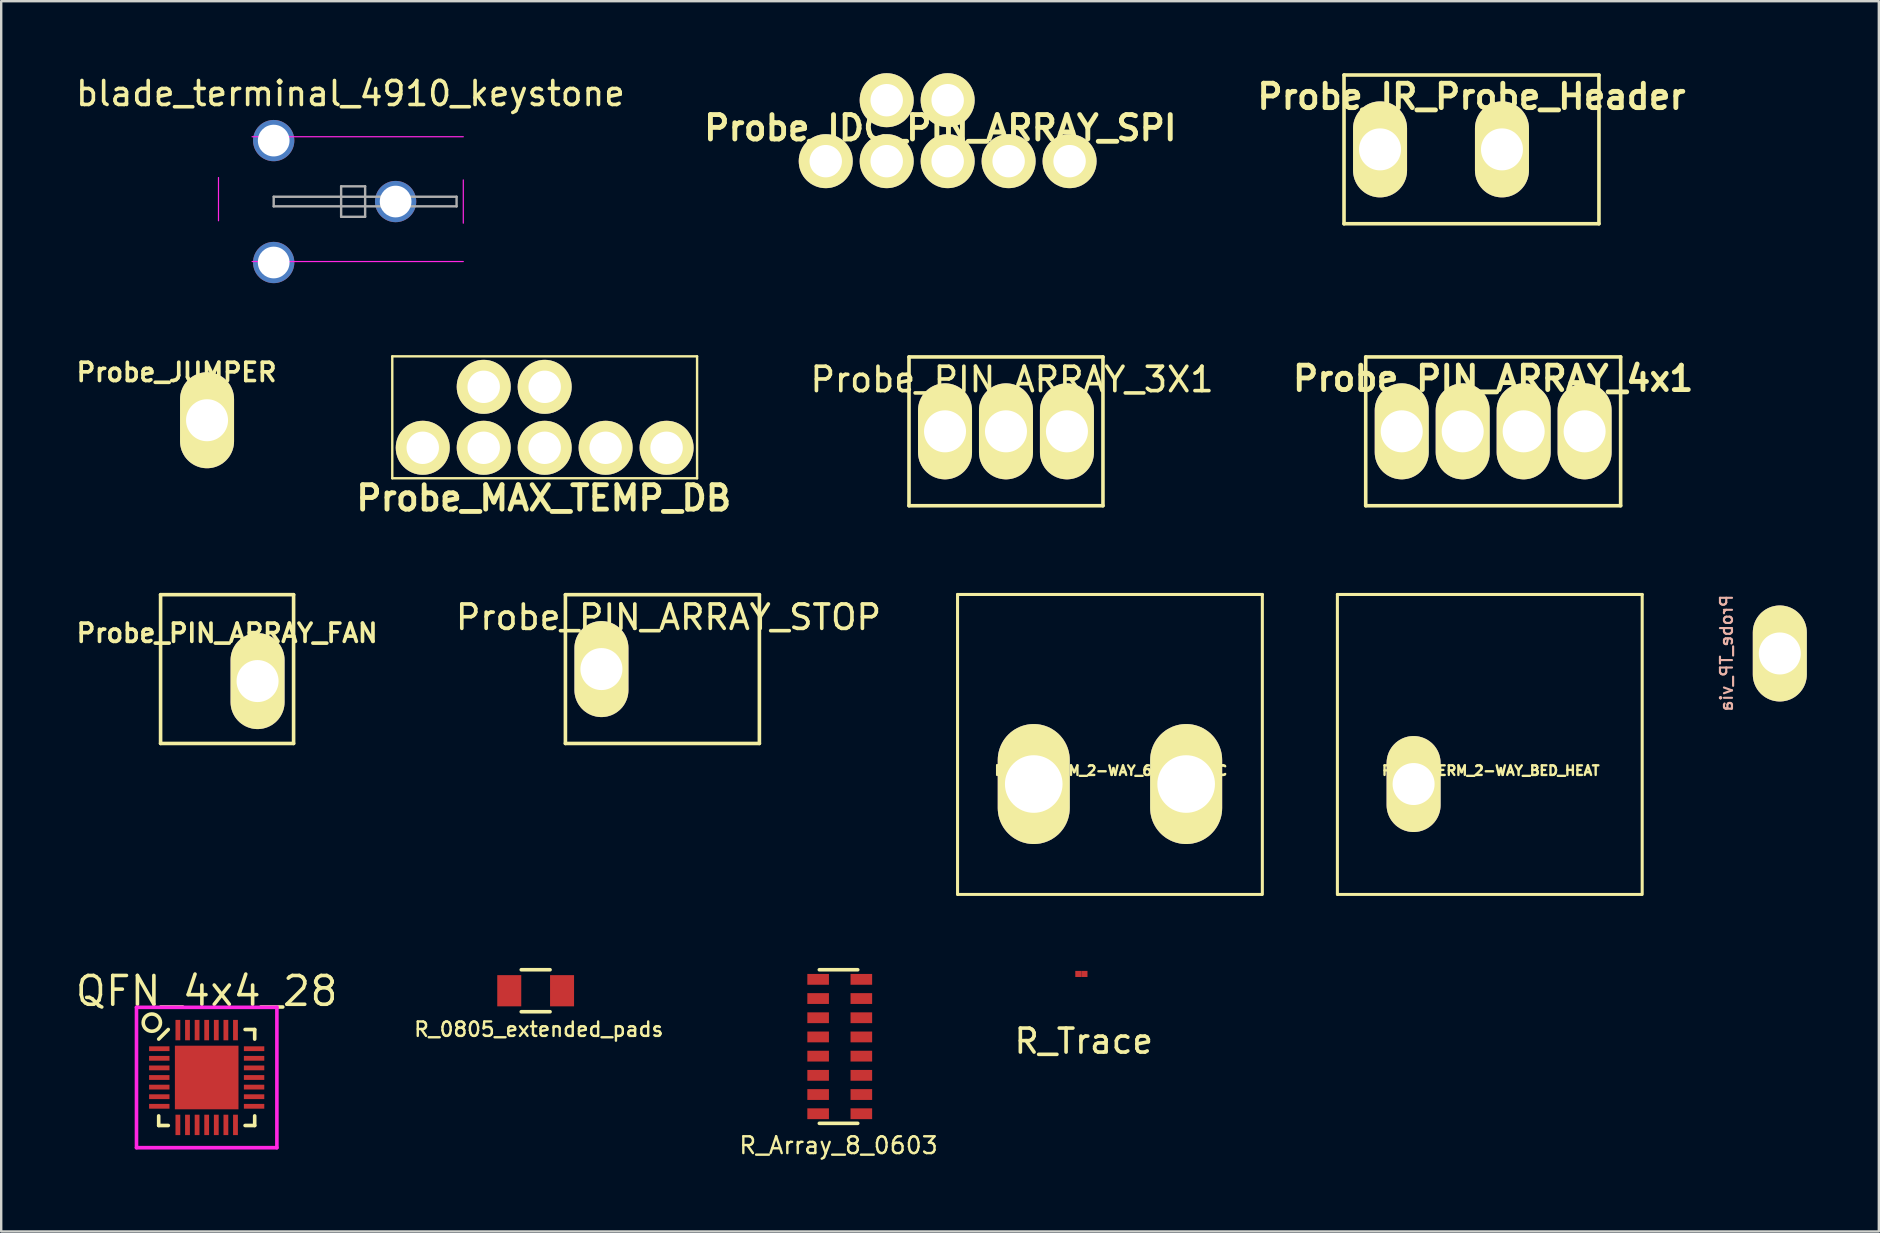
<source format=kicad_pcb>
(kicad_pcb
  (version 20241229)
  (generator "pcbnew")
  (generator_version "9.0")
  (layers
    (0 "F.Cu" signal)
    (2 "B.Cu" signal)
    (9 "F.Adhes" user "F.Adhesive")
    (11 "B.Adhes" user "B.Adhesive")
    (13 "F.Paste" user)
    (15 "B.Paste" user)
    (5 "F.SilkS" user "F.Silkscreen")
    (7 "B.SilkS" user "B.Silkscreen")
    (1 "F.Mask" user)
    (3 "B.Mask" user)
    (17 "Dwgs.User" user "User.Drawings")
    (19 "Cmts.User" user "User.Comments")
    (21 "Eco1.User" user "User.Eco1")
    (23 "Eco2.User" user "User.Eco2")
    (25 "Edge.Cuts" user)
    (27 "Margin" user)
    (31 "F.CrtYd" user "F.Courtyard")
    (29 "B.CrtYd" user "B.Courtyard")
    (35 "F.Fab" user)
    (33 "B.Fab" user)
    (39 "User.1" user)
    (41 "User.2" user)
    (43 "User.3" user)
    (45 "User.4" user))
  (footprint "Probe_PIN_ARRAY_4x1"
    (layer "F.Cu")
    (at 59.166 14.922)
    (property "Reference" "Probe_PIN_ARRAY_4x1" (at 0 -2.2 0) (layer "F.SilkS") (effects (font (size 1.016 1.016) (thickness 0.203))))
    (attr through_hole)
    (fp_line (start -5.311 -3.099) (end 5.311 -3.099) (stroke (width 0.15) (type solid)) (layer "F.SilkS"))
    (fp_line (start -5.311 3.099) (end -5.311 -3.099) (stroke (width 0.15) (type solid)) (layer "F.SilkS"))
    (fp_line (start 5.311 -3.099) (end 5.311 3.099) (stroke (width 0.15) (type solid)) (layer "F.SilkS"))
    (fp_line (start 5.311 3.099) (end -5.311 3.099) (stroke (width 0.15) (type solid)) (layer "F.SilkS"))
    (pad "1" thru_hole oval (at -3.81 0) (size 2.25 4) (drill 1.75) (layers "*.Cu" "*.Mask" "F.SilkS"))
    (pad "2" thru_hole oval (at -1.27 0) (size 2.25 4) (drill 1.75) (layers "*.Cu" "*.Mask" "F.SilkS"))
    (pad "3" thru_hole oval (at 1.27 0) (size 2.25 4) (drill 1.75) (layers "*.Cu" "*.Mask" "F.SilkS"))
    (pad "4" thru_hole oval (at 3.81 0) (size 2.25 4) (drill 1.75) (layers "*.Cu" "*.Mask" "F.SilkS")))
  (footprint "R_Trace"
    (layer "F.Cu")
    (at 42.008 37.531)
    (property "Reference" "R_Trace" (at 0.1 2.8 0) (layer "F.SilkS") (effects (font (size 1 1) (thickness 0.15))))
    (attr through_hole)
    (pad "1" smd rect (at -0.127 0) (size 0.254 0.254) (layers "F.Cu" "F.Mask" "F.Paste"))
    (pad "2" smd rect (at 0.127 0) (size 0.254 0.254) (layers "F.Cu" "F.Mask" "F.Paste")))
  (footprint "QFN_4x4_28"
    (layer "F.Cu")
    (at 5.562 41.846)
    (property "Reference" "QFN_4x4_28" (at 0 -3.6 0) (layer "F.SilkS") (effects (font (size 1.2 1.2) (thickness 0.15))))
    (attr through_hole)
    (fp_line (start -2 -1.6) (end -1.6 -2) (stroke (width 0.15) (type solid)) (layer "F.SilkS"))
    (fp_line (start -2 2) (end -2 1.6) (stroke (width 0.15) (type solid)) (layer "F.SilkS"))
    (fp_line (start -1.6 2) (end -2 2) (stroke (width 0.15) (type solid)) (layer "F.SilkS"))
    (fp_line (start 1.6 -2) (end 2 -2) (stroke (width 0.15) (type solid)) (layer "F.SilkS"))
    (fp_line (start 1.6 2) (end 2 2) (stroke (width 0.15) (type solid)) (layer "F.SilkS"))
    (fp_line (start 2 -2) (end 2 -1.6) (stroke (width 0.15) (type solid)) (layer "F.SilkS"))
    (fp_line (start 2 2) (end 2 1.6) (stroke (width 0.15) (type solid)) (layer "F.SilkS"))
    (fp_circle (center -2.286 -2.286) (end -2.032 -2.032) (stroke (width 0.15) (type solid)) (fill no) (layer "F.SilkS"))
    (fp_line (start -2.925 -2.925) (end 2.925 -2.925) (stroke (width 0.15) (type solid)) (layer "F.CrtYd"))
    (fp_line (start -2.925 2.925) (end -2.925 -2.925) (stroke (width 0.15) (type solid)) (layer "F.CrtYd"))
    (fp_line (start 2.925 -2.925) (end 2.925 2.925) (stroke (width 0.15) (type solid)) (layer "F.CrtYd"))
    (fp_line (start 2.925 2.925) (end -2.925 2.925) (stroke (width 0.15) (type solid)) (layer "F.CrtYd"))
    (pad "1" smd rect (at -1.975 -1.2 90) (size 0.2 0.85) (layers "F.Cu" "F.Mask" "F.Paste"))
    (pad "2" smd rect (at -1.975 -0.8 90) (size 0.2 0.85) (layers "F.Cu" "F.Mask" "F.Paste"))
    (pad "3" smd rect (at -1.975 -0.4 90) (size 0.2 0.85) (layers "F.Cu" "F.Mask" "F.Paste"))
    (pad "4" smd rect (at -1.975 0 90) (size 0.2 0.85) (layers "F.Cu" "F.Mask" "F.Paste"))
    (pad "5" smd rect (at -1.975 0.4 90) (size 0.2 0.85) (layers "F.Cu" "F.Mask" "F.Paste"))
    (pad "6" smd rect (at -1.975 0.8 90) (size 0.2 0.85) (layers "F.Cu" "F.Mask" "F.Paste"))
    (pad "7" smd rect (at -1.975 1.2 90) (size 0.2 0.85) (layers "F.Cu" "F.Mask" "F.Paste"))
    (pad "8" smd rect (at -1.2 1.975) (size 0.2 0.85) (layers "F.Cu" "F.Mask" "F.Paste"))
    (pad "9" smd rect (at -0.8 1.975) (size 0.2 0.85) (layers "F.Cu" "F.Mask" "F.Paste"))
    (pad "10" smd rect (at -0.4 1.975) (size 0.2 0.85) (layers "F.Cu" "F.Mask" "F.Paste"))
    (pad "11" smd rect (at 0 1.975) (size 0.2 0.85) (layers "F.Cu" "F.Mask" "F.Paste"))
    (pad "12" smd rect (at 0.4 1.975) (size 0.2 0.85) (layers "F.Cu" "F.Mask" "F.Paste"))
    (pad "13" smd rect (at 0.8 1.975) (size 0.2 0.85) (layers "F.Cu" "F.Mask" "F.Paste"))
    (pad "14" smd rect (at 1.2 1.975) (size 0.2 0.85) (layers "F.Cu" "F.Mask" "F.Paste"))
    (pad "15" smd rect (at 1.975 1.2 90) (size 0.2 0.85) (layers "F.Cu" "F.Mask" "F.Paste"))
    (pad "16" smd rect (at 1.975 0.8 90) (size 0.2 0.85) (layers "F.Cu" "F.Mask" "F.Paste"))
    (pad "17" smd rect (at 1.975 0.4 90) (size 0.2 0.85) (layers "F.Cu" "F.Mask" "F.Paste"))
    (pad "18" smd rect (at 1.975 0 90) (size 0.2 0.85) (layers "F.Cu" "F.Mask" "F.Paste"))
    (pad "19" smd rect (at 1.975 -0.4 90) (size 0.2 0.85) (layers "F.Cu" "F.Mask" "F.Paste"))
    (pad "20" smd rect (at 1.975 -0.8 90) (size 0.2 0.85) (layers "F.Cu" "F.Mask" "F.Paste"))
    (pad "21" smd rect (at 1.975 -1.2 90) (size 0.2 0.85) (layers "F.Cu" "F.Mask" "F.Paste"))
    (pad "22" smd rect (at 1.2 -1.975) (size 0.2 0.85) (layers "F.Cu" "F.Mask" "F.Paste"))
    (pad "23" smd rect (at 0.8 -1.975) (size 0.2 0.85) (layers "F.Cu" "F.Mask" "F.Paste"))
    (pad "24" smd rect (at 0.4 -1.975) (size 0.2 0.85) (layers "F.Cu" "F.Mask" "F.Paste"))
    (pad "25" smd rect (at 0 -1.975) (size 0.2 0.85) (layers "F.Cu" "F.Mask" "F.Paste"))
    (pad "26" smd rect (at -0.4 -1.975) (size 0.2 0.85) (layers "F.Cu" "F.Mask" "F.Paste"))
    (pad "27" smd rect (at -0.8 -1.975) (size 0.2 0.85) (layers "F.Cu" "F.Mask" "F.Paste"))
    (pad "28" smd rect (at -1.2 -1.975) (size 0.2 0.85) (layers "F.Cu" "F.Mask" "F.Paste"))
    (pad "PAD" smd rect (at 0 0) (size 2.65 2.65) (layers "F.Cu" "F.Mask" "F.Paste")))
  (footprint "Probe_IDC_PIN_ARRAY_SPI"
    (layer "F.Cu")
    (at 36.436 2.395)
    (property "Reference" "Probe_IDC_PIN_ARRAY_SPI" (at -0.305 -0.114 0) (layer "F.SilkS") (effects (font (size 1.016 1.016) (thickness 0.203))))
    (attr through_hole)
    (pad "1" thru_hole oval (at -5.08 1.27) (size 2.25 2.25) (drill 1.35) (layers "*.Cu" "*.Mask" "F.SilkS"))
    (pad "3" thru_hole oval (at -2.54 1.27) (size 2.25 2.25) (drill 1.35) (layers "*.Cu" "*.Mask" "F.SilkS"))
    (pad "4" thru_hole oval (at -2.54 -1.27) (size 2.25 2.25) (drill 1.35) (layers "*.Cu" "*.Mask" "F.SilkS"))
    (pad "5" thru_hole oval (at 0 1.27) (size 2.25 2.25) (drill 1.35) (layers "*.Cu" "*.Mask" "F.SilkS"))
    (pad "6" thru_hole oval (at 0 -1.27) (size 2.25 2.25) (drill 1.35) (layers "*.Cu" "*.Mask" "F.SilkS"))
    (pad "7" thru_hole oval (at 2.54 1.27) (size 2.25 2.25) (drill 1.35) (layers "*.Cu" "*.Mask" "F.SilkS"))
    (pad "9" thru_hole oval (at 5.08 1.27) (size 2.25 2.25) (drill 1.35) (layers "*.Cu" "*.Mask" "F.SilkS")))
  (footprint "Probe_TERM_2-WAY_BED_HEAT"
    (layer "F.Cu")
    (at 59.025 29.618)
    (property "Reference" "Probe_TERM_2-WAY_BED_HEAT" (at 0.041 -0.559 0) (layer "F.SilkS") (effects (font (size 0.399 0.399) (thickness 0.099))))
    (attr through_hole)
    (fp_line (start -6.35 4.6) (end -6.35 -7.899) (stroke (width 0.127) (type solid)) (layer "F.SilkS"))
    (fp_line (start -6.34 4.6) (end 6.32 4.6) (stroke (width 0.127) (type solid)) (layer "F.SilkS"))
    (fp_line (start 6.35 -7.899) (end -6.35 -7.899) (stroke (width 0.127) (type solid)) (layer "F.SilkS"))
    (fp_line (start 6.35 4.6) (end 6.35 -7.899) (stroke (width 0.127) (type solid)) (layer "F.SilkS"))
    (pad "1" thru_hole oval (at -3.175 0) (size 2.25 4) (drill 1.75) (layers "*.Cu" "*.Mask" "F.SilkS")))
  (footprint "Probe_MAX_TEMP_DB"
    (layer "F.Cu")
    (at 19.645 14.338)
    (property "Reference" "Probe_MAX_TEMP_DB" (at -0.038 3.365 0) (layer "F.SilkS") (effects (font (size 1.016 1.016) (thickness 0.203))))
    (attr through_hole)
    (fp_line (start -6.35 -2.54) (end 6.35 -2.54) (stroke (width 0.1) (type solid)) (layer "F.SilkS"))
    (fp_line (start -6.35 2.54) (end -6.35 -2.54) (stroke (width 0.1) (type solid)) (layer "F.SilkS"))
    (fp_line (start 6.35 -2.54) (end 6.35 2.54) (stroke (width 0.1) (type solid)) (layer "F.SilkS"))
    (fp_line (start 6.35 2.54) (end -6.35 2.54) (stroke (width 0.1) (type solid)) (layer "F.SilkS"))
    (pad "1" thru_hole circle (at -5.08 1.27) (size 2.25 2.25) (drill 1.35) (layers "*.Cu" "*.Mask" "F.SilkS"))
    (pad "3" thru_hole circle (at -2.54 1.27) (size 2.25 2.25) (drill 1.35) (layers "*.Cu" "*.Mask" "F.SilkS"))
    (pad "4" thru_hole circle (at -2.54 -1.27) (size 2.25 2.25) (drill 1.35) (layers "*.Cu" "*.Mask" "F.SilkS"))
    (pad "5" thru_hole circle (at 0 1.27) (size 2.25 2.25) (drill 1.35) (layers "*.Cu" "*.Mask" "F.SilkS"))
    (pad "6" thru_hole circle (at 0 -1.27) (size 2.25 2.25) (drill 1.35) (layers "*.Cu" "*.Mask" "F.SilkS"))
    (pad "7" thru_hole circle (at 2.54 1.27) (size 2.25 2.25) (drill 1.35) (layers "*.Cu" "*.Mask" "F.SilkS"))
    (pad "9" thru_hole circle (at 5.08 1.27) (size 2.25 2.25) (drill 1.35) (layers "*.Cu" "*.Mask" "F.SilkS")))
  (footprint "Probe_PIN_ARRAY_STOP"
    (layer "F.Cu")
    (at 24.55 24.828)
    (property "Reference" "Probe_PIN_ARRAY_STOP" (at 0.254 -2.159 0) (layer "F.SilkS") (effects (font (size 1.016 1.016) (thickness 0.152))))
    (attr through_hole)
    (fp_line (start -4.041 -3.099) (end 4.041 -3.099) (stroke (width 0.15) (type solid)) (layer "F.SilkS"))
    (fp_line (start -4.041 3.099) (end -4.041 -3.099) (stroke (width 0.15) (type solid)) (layer "F.SilkS"))
    (fp_line (start 4.041 -3.099) (end 4.041 3.099) (stroke (width 0.15) (type solid)) (layer "F.SilkS"))
    (fp_line (start 4.041 3.099) (end -4.041 3.099) (stroke (width 0.15) (type solid)) (layer "F.SilkS"))
    (pad "1" thru_hole oval (at -2.54 0) (size 2.25 4) (drill 1.75) (layers "*.Cu" "*.Mask" "F.SilkS")))
  (footprint "Probe_TP_via"
    (layer "F.Cu")
    (at 71.089 24.168)
    (property "Reference" "Probe_TP_via" (at -2.2 0 90) (layer "B.SilkS") (effects (font (size 0.5 0.5) (thickness 0.09)) (justify mirror)))
    (attr through_hole)
    (pad "1" thru_hole oval (at 0.02 0.01) (size 2.25 4) (drill 1.75) (layers "*.Cu" "B.Mask" "F.SilkS")))
  (footprint "Probe_PIN_ARRAY_FAN"
    (layer "F.Cu")
    (at 6.412 25.328)
    (property "Reference" "Probe_PIN_ARRAY_FAN" (at 0 -1.999 0) (layer "F.SilkS") (effects (font (size 0.762 0.762) (thickness 0.152))))
    (attr through_hole)
    (fp_line (start -2.771 -3.599) (end 2.771 -3.599) (stroke (width 0.15) (type solid)) (layer "F.SilkS"))
    (fp_line (start -2.771 2.599) (end -2.771 -3.599) (stroke (width 0.15) (type solid)) (layer "F.SilkS"))
    (fp_line (start 2.771 -3.599) (end 2.771 2.599) (stroke (width 0.15) (type solid)) (layer "F.SilkS"))
    (fp_line (start 2.771 2.599) (end -2.771 2.599) (stroke (width 0.15) (type solid)) (layer "F.SilkS"))
    (pad "2" thru_hole oval (at 1.27 0) (size 2.25 4) (drill 1.75) (layers "*.Cu" "*.Mask" "F.SilkS")))
  (footprint "R_Array_8_0603"
    (layer "F.Cu")
    (at 31.889 40.556)
    (property "Reference" "R_Array_8_0603" (at 0 4.12 0) (layer "F.SilkS") (effects (font (size 0.7 0.7) (thickness 0.1))))
    (attr smd)
    (fp_line (start -0.8 -3.2) (end 0.8 -3.2) (stroke (width 0.15) (type solid)) (layer "F.SilkS"))
    (fp_line (start -0.8 3.2) (end 0.8 3.2) (stroke (width 0.15) (type solid)) (layer "F.SilkS"))
    (pad "1" smd rect (at -0.85 -2.8) (size 0.9 0.45) (layers "F.Cu" "F.Mask"))
    (pad "2" smd rect (at -0.85 -2) (size 0.9 0.45) (layers "F.Cu" "F.Mask"))
    (pad "3" smd rect (at -0.85 -1.2) (size 0.9 0.45) (layers "F.Cu" "F.Mask"))
    (pad "4" smd rect (at -0.85 -0.4) (size 0.9 0.45) (layers "F.Cu" "F.Mask"))
    (pad "5" smd rect (at -0.85 0.4) (size 0.9 0.45) (layers "F.Cu" "F.Mask"))
    (pad "6" smd rect (at -0.85 1.2) (size 0.9 0.45) (layers "F.Cu" "F.Mask"))
    (pad "7" smd rect (at -0.85 2) (size 0.9 0.45) (layers "F.Cu" "F.Mask"))
    (pad "8" smd rect (at -0.85 2.8) (size 0.9 0.45) (layers "F.Cu" "F.Mask"))
    (pad "9" smd rect (at 0.95 2.8) (size 0.9 0.45) (layers "F.Cu" "F.Mask"))
    (pad "10" smd rect (at 0.95 2) (size 0.9 0.45) (layers "F.Cu" "F.Mask"))
    (pad "11" smd rect (at 0.95 1.2) (size 0.9 0.45) (layers "F.Cu" "F.Mask"))
    (pad "12" smd rect (at 0.95 0.4) (size 0.9 0.45) (layers "F.Cu" "F.Mask"))
    (pad "13" smd rect (at 0.95 -0.4) (size 0.9 0.45) (layers "F.Cu" "F.Mask"))
    (pad "14" smd rect (at 0.95 -1.2) (size 0.9 0.45) (layers "F.Cu" "F.Mask"))
    (pad "15" smd rect (at 0.95 -2) (size 0.9 0.45) (layers "F.Cu" "F.Mask"))
    (pad "16" smd rect (at 0.95 -2.8) (size 0.9 0.45) (layers "F.Cu" "F.Mask")))
  (footprint "Probe_PIN_ARRAY_3X1"
    (layer "F.Cu")
    (at 38.866 14.922)
    (property "Reference" "Probe_PIN_ARRAY_3X1" (at 0.254 -2.159 0) (layer "F.SilkS") (effects (font (size 1.016 1.016) (thickness 0.152))))
    (attr through_hole)
    (fp_line (start -4.041 -3.099) (end 4.041 -3.099) (stroke (width 0.15) (type solid)) (layer "F.SilkS"))
    (fp_line (start -4.041 3.099) (end -4.041 -3.099) (stroke (width 0.15) (type solid)) (layer "F.SilkS"))
    (fp_line (start 4.041 -3.099) (end 4.041 3.099) (stroke (width 0.15) (type solid)) (layer "F.SilkS"))
    (fp_line (start 4.041 3.099) (end -4.041 3.099) (stroke (width 0.15) (type solid)) (layer "F.SilkS"))
    (pad "1" thru_hole oval (at -2.54 0) (size 2.25 4) (drill 1.75) (layers "*.Cu" "*.Mask" "F.SilkS"))
    (pad "2" thru_hole oval (at 0 0) (size 2.25 4) (drill 1.75) (layers "*.Cu" "*.Mask" "F.SilkS"))
    (pad "3" thru_hole oval (at 2.54 0) (size 2.25 4) (drill 1.75) (layers "*.Cu" "*.Mask" "F.SilkS")))
  (footprint "R_0805_extended_pads"
    (layer "F.Cu")
    (at 19.269 38.231)
    (property "Reference" "R_0805_extended_pads" (at 0.131 1.608 0) (layer "F.SilkS") (effects (font (size 0.6 0.6) (thickness 0.1))))
    (attr smd)
    (fp_line (start -0.6 -0.875) (end 0.6 -0.875) (stroke (width 0.15) (type solid)) (layer "F.SilkS"))
    (fp_line (start 0.6 0.875) (end -0.6 0.875) (stroke (width 0.15) (type solid)) (layer "F.SilkS"))
    (pad "1" smd rect (at -1.1 0) (size 1 1.3) (layers "F.Cu" "F.Mask" "F.Paste"))
    (pad "2" smd rect (at 1.1 0) (size 1 1.3) (layers "F.Cu" "F.Mask" "F.Paste")))
  (footprint "Probe_TERM_2-WAY_6.35mm_HC"
    (layer "F.Cu")
    (at 43.198 29.618)
    (property "Reference" "Probe_TERM_2-WAY_6.35mm_HC" (at 0.041 -0.559 0) (layer "F.SilkS") (effects (font (size 0.399 0.399) (thickness 0.099))))
    (attr through_hole)
    (fp_line (start -6.35 4.6) (end -6.35 -7.899) (stroke (width 0.127) (type solid)) (layer "F.SilkS"))
    (fp_line (start -6.34 4.6) (end 6.32 4.6) (stroke (width 0.127) (type solid)) (layer "F.SilkS"))
    (fp_line (start 6.35 -7.899) (end -6.35 -7.899) (stroke (width 0.127) (type solid)) (layer "F.SilkS"))
    (fp_line (start 6.35 4.6) (end 6.35 -7.899) (stroke (width 0.127) (type solid)) (layer "F.SilkS"))
    (pad "1" thru_hole oval (at -3.175 0) (size 3 5) (drill 2.4) (layers "*.Cu" "*.Mask" "F.SilkS"))
    (pad "2" thru_hole oval (at 3.175 0) (size 3 5) (drill 2.4) (layers "*.Cu" "*.Mask" "F.SilkS")))
  (footprint "Probe_JUMPER"
    (layer "F.Cu")
    (at 4.307 14.46)
    (property "Reference" "Probe_JUMPER" (at 0 -1.999 0) (layer "F.SilkS") (effects (font (size 0.762 0.762) (thickness 0.152))))
    (attr through_hole)
    (pad "2" thru_hole oval (at 1.27 0) (size 2.25 4) (drill 1.75) (layers "*.Cu" "*.Mask" "F.SilkS")))
  (footprint "Probe_IR_Probe_Header"
    (layer "F.Cu")
    (at 58.262 3.174)
    (property "Reference" "Probe_IR_Probe_Header" (at 0 -2.2 0) (layer "F.SilkS") (effects (font (size 1.016 1.016) (thickness 0.203))))
    (attr through_hole)
    (fp_line (start -5.311 -3.099) (end 5.311 -3.099) (stroke (width 0.15) (type solid)) (layer "F.SilkS"))
    (fp_line (start -5.311 3.099) (end -5.311 -3.099) (stroke (width 0.15) (type solid)) (layer "F.SilkS"))
    (fp_line (start 5.311 -3.099) (end 5.311 3.099) (stroke (width 0.15) (type solid)) (layer "F.SilkS"))
    (fp_line (start 5.311 3.099) (end -5.311 3.099) (stroke (width 0.15) (type solid)) (layer "F.SilkS"))
    (pad "1" thru_hole oval (at -3.81 0) (size 2.25 4) (drill 1.75) (layers "*.Cu" "*.Mask" "F.SilkS"))
    (pad "3" thru_hole oval (at 1.27 0) (size 2.25 4) (drill 1.75) (layers "*.Cu" "*.Mask" "F.SilkS")))
  (footprint "blade_terminal_4910_keystone"
    (layer "F.Cu")
    (at 8.354 5.348)
    (property "Reference" "blade_terminal_4910_keystone" (at 3.2 -4.5 0) (layer "F.SilkS") (effects (font (size 1 1) (thickness 0.15))))
    (attr through_hole)
    (fp_line (start -2.3 -1) (end -2.3 0.8) (stroke (width 0.05) (type solid)) (layer "F.CrtYd"))
    (fp_line (start -0.9 2.5) (end 7.9 2.5) (stroke (width 0.05) (type solid)) (layer "F.CrtYd"))
    (fp_line (start 7.9 -2.7) (end -0.9 -2.7) (stroke (width 0.05) (type solid)) (layer "F.CrtYd"))
    (fp_line (start 7.9 0.9) (end 7.9 -0.9) (stroke (width 0.05) (type solid)) (layer "F.CrtYd"))
    (fp_line (start 0 -0.2) (end 0 0.2) (stroke (width 0.1) (type solid)) (layer "F.Fab"))
    (fp_line (start 0 0.2) (end 7.62 0.2) (stroke (width 0.1) (type solid)) (layer "F.Fab"))
    (fp_line (start 2.81 -0.635) (end 2.81 0.635) (stroke (width 0.1) (type solid)) (layer "F.Fab"))
    (fp_line (start 2.81 0.635) (end 3.81 0.635) (stroke (width 0.1) (type solid)) (layer "F.Fab"))
    (fp_line (start 3.81 -0.635) (end 2.81 -0.635) (stroke (width 0.1) (type solid)) (layer "F.Fab"))
    (fp_line (start 3.81 0.635) (end 3.81 -0.635) (stroke (width 0.1) (type solid)) (layer "F.Fab"))
    (fp_line (start 7.62 -0.2) (end 0 -0.2) (stroke (width 0.1) (type solid)) (layer "F.Fab"))
    (fp_line (start 7.62 0.2) (end 7.62 -0.2) (stroke (width 0.1) (type solid)) (layer "F.Fab"))
    (pad "1" thru_hole circle (at 0 -2.54) (size 1.72 1.72) (drill 1.32) (layers "*.Cu" "*.Mask"))
    (pad "1" thru_hole circle (at 0 2.54) (size 1.72 1.72) (drill 1.32) (layers "*.Cu" "*.Mask"))
    (pad "1" thru_hole circle (at 5.08 0) (size 1.72 1.72) (drill 1.32) (layers "*.Cu" "*.Mask")))
  (gr_rect
    (start -3 -3)
    (end 75.235 48.261)
    (stroke (width 0.1) (type default))
    (fill no)
    (layer "Edge.Cuts")))
</source>
